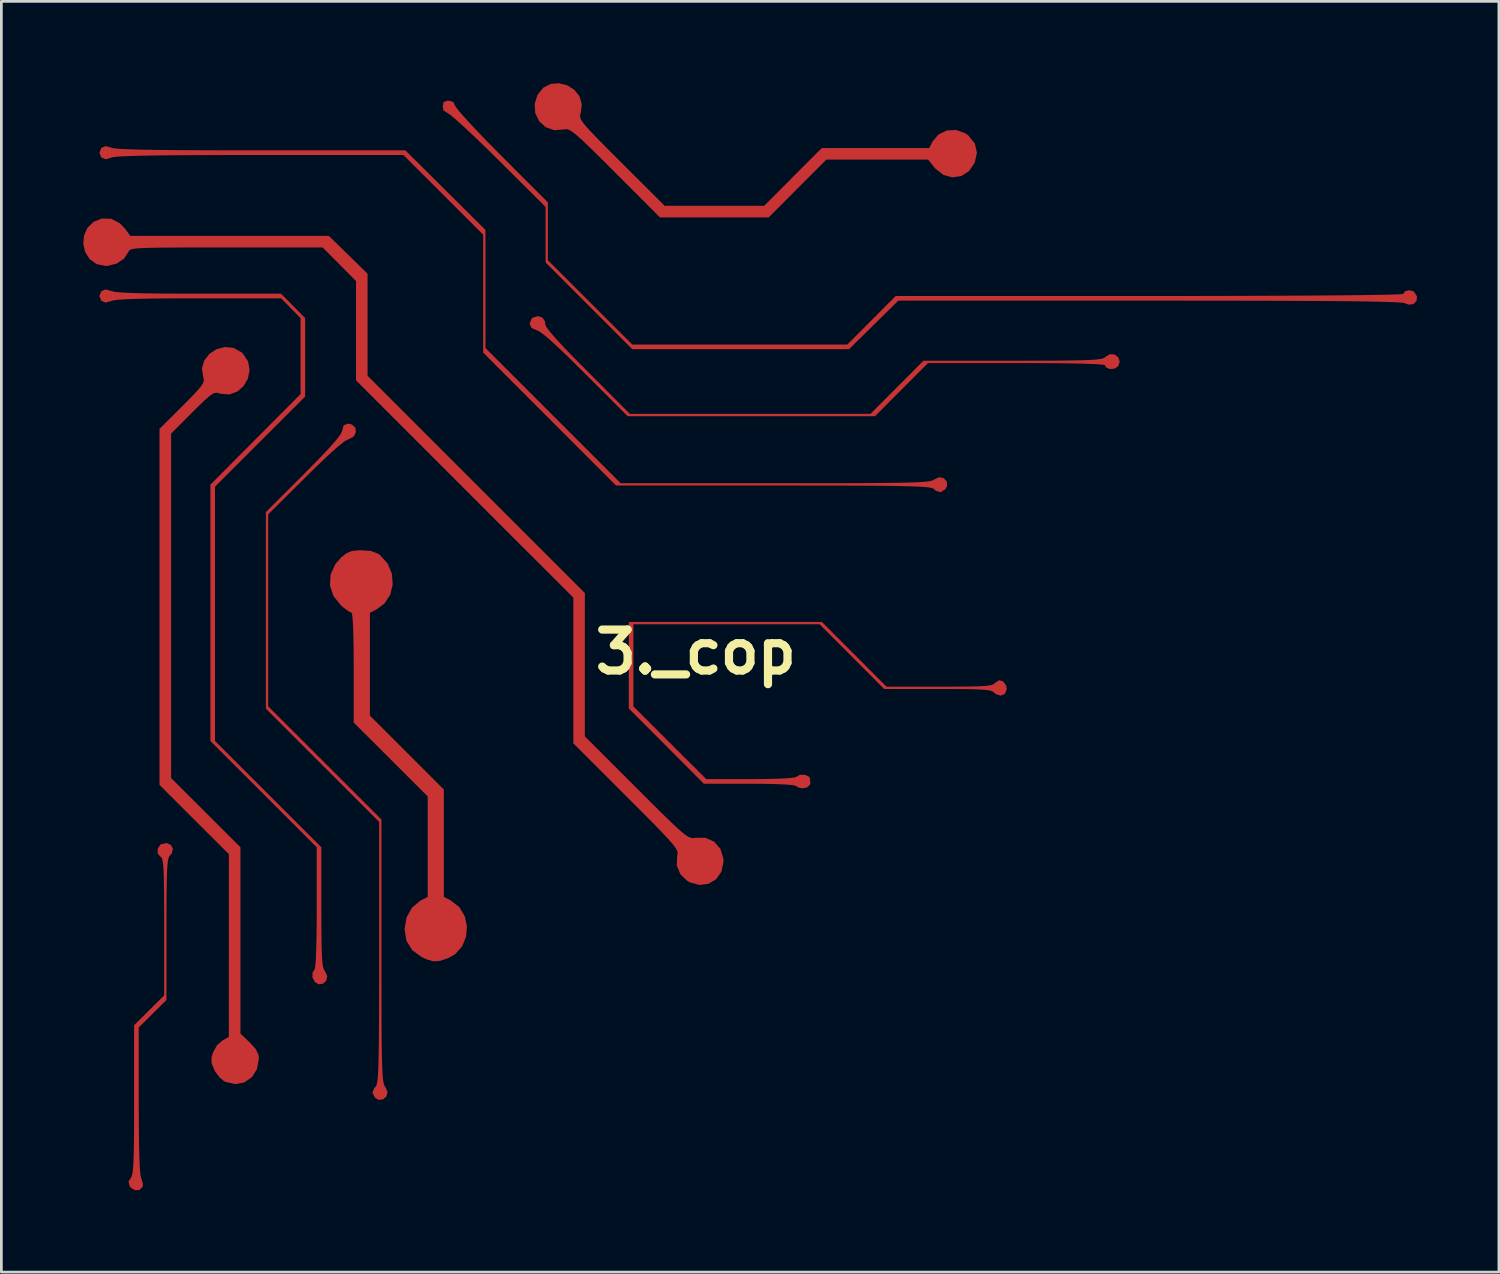
<source format=kicad_pcb>
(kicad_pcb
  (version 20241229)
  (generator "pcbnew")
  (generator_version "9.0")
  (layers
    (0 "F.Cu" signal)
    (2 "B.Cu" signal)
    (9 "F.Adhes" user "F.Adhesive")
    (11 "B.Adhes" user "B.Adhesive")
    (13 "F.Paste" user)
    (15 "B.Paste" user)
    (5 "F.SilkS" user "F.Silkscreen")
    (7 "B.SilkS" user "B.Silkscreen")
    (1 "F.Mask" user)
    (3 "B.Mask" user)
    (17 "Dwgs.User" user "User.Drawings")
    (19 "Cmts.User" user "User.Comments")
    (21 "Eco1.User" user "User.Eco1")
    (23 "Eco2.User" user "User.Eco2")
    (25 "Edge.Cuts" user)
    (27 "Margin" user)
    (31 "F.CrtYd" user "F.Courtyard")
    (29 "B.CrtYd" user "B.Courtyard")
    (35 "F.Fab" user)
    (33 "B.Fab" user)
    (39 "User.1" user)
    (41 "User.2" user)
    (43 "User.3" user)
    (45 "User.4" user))
  (footprint "3._cop"
    (layer "F.Cu")
    (at 22.436 20.83)
    (property "Reference" "3._cop" (at 0 0 0) (layer "F.SilkS") (effects (font (size 1.5 1.5) (thickness 0.3))))
    (attr board_only exclude_from_pos_files exclude_from_bom)
    (fp_poly (pts (xy -19.225 7.07) (xy -19.153 7.212) (xy -19.196 7.38) (xy -19.262 7.451) (xy -19.298 7.502) (xy -19.327 7.601) (xy -19.349 7.765) (xy -19.366 8.011) (xy -19.377 8.358) (xy -19.384 8.821) (xy -19.388 9.419) (xy -19.389 10.152) (xy -19.389 12.748) (xy -19.897 13.25) (xy -20.405 13.753) (xy -20.405 16.445) (xy -20.402 17.294) (xy -20.395 17.982) (xy -20.382 18.517) (xy -20.364 18.908) (xy -20.34 19.162) (xy -20.31 19.289) (xy -20.307 19.294) (xy -20.249 19.481) (xy -20.262 19.589) (xy -20.379 19.706) (xy -20.551 19.712) (xy -20.708 19.612) (xy -20.74 19.564) (xy -20.778 19.392) (xy -20.701 19.274) (xy -20.665 19.216) (xy -20.637 19.112) (xy -20.615 18.944) (xy -20.598 18.695) (xy -20.587 18.348) (xy -20.579 17.886) (xy -20.575 17.291) (xy -20.574 16.547) (xy -20.574 16.408) (xy -20.574 13.669) (xy -20.024 13.123) (xy -19.473 12.578) (xy -19.473 10.066) (xy -19.474 9.336) (xy -19.478 8.758) (xy -19.485 8.314) (xy -19.496 7.988) (xy -19.513 7.761) (xy -19.535 7.617) (xy -19.565 7.537) (xy -19.6 7.505) (xy -19.708 7.39) (xy -19.713 7.219) (xy -19.619 7.066) (xy -19.577 7.037) (xy -19.378 6.996)) (stroke (width 0) (type solid)) (fill yes) (layer "F.Cu"))
    (fp_poly (pts (xy -5.613 -12.243) (xy -5.521 -12.098) (xy -5.52 -12.019) (xy -5.484 -11.919) (xy -5.352 -11.737) (xy -5.117 -11.466) (xy -4.775 -11.098) (xy -4.317 -10.628) (xy -3.98 -10.289) (xy -2.415 -8.721) (xy 1.99 -8.721) (xy 6.395 -8.721) (xy 7.366 -9.694) (xy 8.337 -10.668) (xy 11.609 -10.668) (xy 12.454 -10.669) (xy 13.146 -10.671) (xy 13.699 -10.677) (xy 14.13 -10.685) (xy 14.453 -10.697) (xy 14.684 -10.713) (xy 14.84 -10.734) (xy 14.934 -10.76) (xy 14.984 -10.792) (xy 14.986 -10.795) (xy 15.157 -10.907) (xy 15.333 -10.897) (xy 15.471 -10.796) (xy 15.527 -10.635) (xy 15.463 -10.458) (xy 15.329 -10.374) (xy 15.158 -10.365) (xy 15.021 -10.425) (xy 14.986 -10.504) (xy 14.903 -10.524) (xy 14.664 -10.542) (xy 14.28 -10.557) (xy 13.763 -10.569) (xy 13.127 -10.577) (xy 12.383 -10.582) (xy 11.746 -10.583) (xy 8.506 -10.583) (xy 7.535 -9.61) (xy 6.564 -8.636) (xy 2.033 -8.636) (xy -2.499 -8.636) (xy -4.06 -10.198) (xy -4.611 -10.744) (xy -5.054 -11.168) (xy -5.396 -11.479) (xy -5.642 -11.679) (xy -5.8 -11.775) (xy -5.836 -11.786) (xy -6.021 -11.87) (xy -6.088 -12.027) (xy -6.021 -12.197) (xy -5.967 -12.247) (xy -5.782 -12.303)) (stroke (width 0) (type solid)) (fill yes) (layer "F.Cu"))
    (fp_poly (pts (xy -11.896 -3.698) (xy -11.646 -3.604) (xy -11.567 -3.549) (xy -11.286 -3.235) (xy -11.131 -2.864) (xy -11.102 -2.471) (xy -11.194 -2.094) (xy -11.407 -1.772) (xy -11.68 -1.568) (xy -11.938 -1.435) (xy -11.938 0.448) (xy -11.938 2.33) (xy -10.583 3.683) (xy -9.229 5.036) (xy -9.229 7.003) (xy -9.229 8.97) (xy -8.971 9.104) (xy -8.659 9.349) (xy -8.464 9.677) (xy -8.383 10.05) (xy -8.416 10.431) (xy -8.56 10.783) (xy -8.814 11.068) (xy -9.063 11.21) (xy -9.369 11.314) (xy -9.606 11.332) (xy -9.855 11.26) (xy -10.036 11.176) (xy -10.389 10.921) (xy -10.6 10.576) (xy -10.668 10.147) (xy -10.596 9.724) (xy -10.396 9.365) (xy -10.093 9.111) (xy -10.079 9.104) (xy -9.821 8.97) (xy -9.821 7.13) (xy -9.821 5.29) (xy -11.176 3.937) (xy -12.531 2.584) (xy -12.531 0.572) (xy -12.534 -0.083) (xy -12.544 -0.624) (xy -12.559 -1.038) (xy -12.58 -1.313) (xy -12.606 -1.434) (xy -12.612 -1.439) (xy -12.72 -1.491) (xy -12.898 -1.622) (xy -12.991 -1.7) (xy -13.272 -2.046) (xy -13.401 -2.435) (xy -13.378 -2.838) (xy -13.202 -3.221) (xy -13.002 -3.45) (xy -12.795 -3.618) (xy -12.599 -3.7) (xy -12.336 -3.725) (xy -12.247 -3.725)) (stroke (width 0) (type solid)) (fill yes) (layer "F.Cu"))
    (fp_poly (pts (xy -16.929 -11.137) (xy -16.635 -10.972) (xy -16.588 -10.929) (xy -16.399 -10.641) (xy -16.343 -10.327) (xy -16.404 -10.017) (xy -16.56 -9.743) (xy -16.793 -9.538) (xy -17.083 -9.432) (xy -17.411 -9.458) (xy -17.471 -9.478) (xy -17.565 -9.497) (xy -17.669 -9.471) (xy -17.806 -9.381) (xy -18.001 -9.211) (xy -18.277 -8.943) (xy -18.445 -8.776) (xy -19.219 -7.998) (xy -19.219 -1.691) (xy -19.219 4.616) (xy -17.949 5.884) (xy -16.679 7.152) (xy -16.679 10.564) (xy -16.679 13.977) (xy -16.341 14.299) (xy -16.119 14.543) (xy -16.017 14.752) (xy -16.002 14.884) (xy -16.071 15.272) (xy -16.258 15.572) (xy -16.533 15.764) (xy -16.867 15.828) (xy -17.23 15.744) (xy -17.272 15.725) (xy -17.446 15.581) (xy -17.61 15.358) (xy -17.639 15.303) (xy -17.734 15.065) (xy -17.742 14.867) (xy -17.692 14.681) (xy -17.536 14.401) (xy -17.347 14.236) (xy -17.104 14.097) (xy -17.103 10.752) (xy -17.103 7.406) (xy -18.373 6.138) (xy -19.643 4.87) (xy -19.643 -1.652) (xy -19.643 -8.174) (xy -18.803 -9.01) (xy -18.468 -9.348) (xy -18.239 -9.591) (xy -18.099 -9.762) (xy -18.032 -9.885) (xy -18.022 -9.981) (xy -18.039 -10.046) (xy -18.091 -10.379) (xy -18.005 -10.677) (xy -17.815 -10.921) (xy -17.551 -11.092) (xy -17.245 -11.17)) (stroke (width 0) (type solid)) (fill yes) (layer "F.Cu"))
    (fp_poly (pts (xy -12.61 -8.338) (xy -12.474 -8.227) (xy -12.449 -8.06) (xy -12.522 -7.899) (xy -12.684 -7.807) (xy -12.7 -7.804) (xy -12.848 -7.729) (xy -13.106 -7.525) (xy -13.475 -7.195) (xy -13.954 -6.737) (xy -14.287 -6.408) (xy -15.663 -5.04) (xy -15.663 -1.524) (xy -15.663 1.991) (xy -13.589 4.064) (xy -11.515 6.137) (xy -11.515 10.957) (xy -11.514 11.987) (xy -11.513 12.861) (xy -11.511 13.593) (xy -11.507 14.195) (xy -11.5 14.68) (xy -11.492 15.063) (xy -11.48 15.356) (xy -11.466 15.572) (xy -11.448 15.726) (xy -11.426 15.829) (xy -11.399 15.896) (xy -11.37 15.937) (xy -11.291 16.113) (xy -11.333 16.277) (xy -11.456 16.387) (xy -11.621 16.403) (xy -11.749 16.326) (xy -11.848 16.143) (xy -11.777 15.966) (xy -11.726 15.917) (xy -11.699 15.877) (xy -11.676 15.797) (xy -11.656 15.665) (xy -11.64 15.467) (xy -11.628 15.191) (xy -11.618 14.825) (xy -11.61 14.355) (xy -11.605 13.768) (xy -11.602 13.053) (xy -11.6 12.195) (xy -11.599 11.183) (xy -11.599 11.017) (xy -11.599 6.222) (xy -13.674 4.149) (xy -15.748 2.076) (xy -15.748 -1.524) (xy -15.748 -5.124) (xy -14.351 -6.519) (xy -13.836 -7.041) (xy -13.442 -7.455) (xy -13.167 -7.767) (xy -13.006 -7.981) (xy -12.954 -8.101) (xy -12.902 -8.3) (xy -12.748 -8.364)) (stroke (width 0) (type solid)) (fill yes) (layer "F.Cu"))
    (fp_poly (pts (xy -4.711 -20.755) (xy -4.451 -20.592) (xy -4.262 -20.357) (xy -4.176 -20.061) (xy -4.212 -19.766) (xy -4.235 -19.681) (xy -4.239 -19.602) (xy -4.211 -19.511) (xy -4.137 -19.393) (xy -4.007 -19.233) (xy -3.806 -19.015) (xy -3.522 -18.722) (xy -3.142 -18.339) (xy -2.719 -17.917) (xy -1.141 -16.341) (xy 0.679 -16.341) (xy 2.5 -16.341) (xy 3.556 -17.399) (xy 4.612 -18.457) (xy 6.579 -18.457) (xy 8.547 -18.457) (xy 8.67 -18.695) (xy 8.891 -18.958) (xy 9.195 -19.102) (xy 9.535 -19.119) (xy 9.866 -19.001) (xy 9.978 -18.921) (xy 10.219 -18.626) (xy 10.296 -18.288) (xy 10.214 -17.921) (xy 10.007 -17.613) (xy 9.722 -17.432) (xy 9.396 -17.384) (xy 9.067 -17.474) (xy 8.773 -17.705) (xy 8.742 -17.741) (xy 8.509 -18.034) (xy 6.645 -18.034) (xy 4.781 -18.034) (xy 3.725 -16.976) (xy 2.67 -15.917) (xy 0.678 -15.917) (xy -1.314 -15.917) (xy -2.954 -17.559) (xy -3.444 -18.048) (xy -3.829 -18.428) (xy -4.126 -18.713) (xy -4.349 -18.914) (xy -4.513 -19.046) (xy -4.632 -19.119) (xy -4.722 -19.148) (xy -4.798 -19.144) (xy -4.816 -19.139) (xy -5.182 -19.111) (xy -5.497 -19.22) (xy -5.737 -19.437) (xy -5.881 -19.731) (xy -5.904 -20.074) (xy -5.799 -20.406) (xy -5.586 -20.67) (xy -5.312 -20.807) (xy -5.009 -20.83)) (stroke (width 0) (type solid)) (fill yes) (layer "F.Cu"))
    (fp_poly (pts (xy 5.8 0.085) (xy 6.983 1.27) (xy 8.922 1.27) (xy 9.549 1.269) (xy 10.029 1.265) (xy 10.381 1.256) (xy 10.629 1.241) (xy 10.793 1.218) (xy 10.894 1.186) (xy 10.954 1.143) (xy 10.971 1.122) (xy 11.112 1.034) (xy 11.259 1.079) (xy 11.365 1.227) (xy 11.388 1.364) (xy 11.324 1.531) (xy 11.174 1.599) (xy 10.999 1.552) (xy 10.925 1.486) (xy 10.868 1.443) (xy 10.764 1.41) (xy 10.591 1.387) (xy 10.329 1.371) (xy 9.958 1.361) (xy 9.457 1.356) (xy 8.857 1.355) (xy 6.898 1.355) (xy 5.715 0.169) (xy 4.532 -1.016) (xy 1.123 -1.016) (xy -2.286 -1.016) (xy -2.286 0.488) (xy -2.286 1.992) (xy -0.952 3.324) (xy 0.383 4.657) (xy 2.007 4.657) (xy 2.592 4.652) (xy 3.068 4.64) (xy 3.419 4.62) (xy 3.629 4.594) (xy 3.683 4.572) (xy 3.812 4.497) (xy 3.997 4.499) (xy 4.148 4.569) (xy 4.179 4.614) (xy 4.195 4.806) (xy 4.179 4.868) (xy 4.066 4.964) (xy 3.884 4.994) (xy 3.722 4.95) (xy 3.683 4.911) (xy 3.581 4.881) (xy 3.325 4.856) (xy 2.932 4.839) (xy 2.417 4.828) (xy 1.963 4.826) (xy 0.294 4.826) (xy -1.08 3.449) (xy -2.455 2.072) (xy -2.455 0.486) (xy -2.455 -1.101) (xy 1.081 -1.101) (xy 4.617 -1.101)) (stroke (width 0) (type solid)) (fill yes) (layer "F.Cu"))
    (fp_poly (pts (xy -21.414 -13.223) (xy -21.411 -13.221) (xy -21.302 -13.192) (xy -21.072 -13.169) (xy -20.711 -13.151) (xy -20.212 -13.137) (xy -19.566 -13.128) (xy -18.763 -13.124) (xy -18.223 -13.123) (xy -15.192 -13.123) (xy -14.75 -12.676) (xy -14.309 -12.229) (xy -14.309 -10.792) (xy -14.309 -9.354) (xy -15.96 -7.705) (xy -17.611 -6.055) (xy -17.611 -1.397) (xy -17.611 3.261) (xy -15.663 5.207) (xy -13.716 7.153) (xy -13.716 9.348) (xy -13.715 10.029) (xy -13.71 10.561) (xy -13.702 10.963) (xy -13.687 11.255) (xy -13.666 11.456) (xy -13.638 11.588) (xy -13.6 11.669) (xy -13.582 11.691) (xy -13.5 11.87) (xy -13.537 12.037) (xy -13.655 12.15) (xy -13.816 12.171) (xy -13.953 12.09) (xy -14.041 11.922) (xy -14.039 11.74) (xy -13.97 11.642) (xy -13.943 11.541) (xy -13.92 11.281) (xy -13.903 10.874) (xy -13.891 10.33) (xy -13.886 9.659) (xy -13.885 9.371) (xy -13.885 7.153) (xy -15.833 5.207) (xy -17.78 3.261) (xy -17.78 -1.434) (xy -17.78 -6.129) (xy -16.129 -7.787) (xy -14.478 -9.446) (xy -14.478 -10.837) (xy -14.478 -12.228) (xy -14.834 -12.591) (xy -15.191 -12.954) (xy -18.222 -12.954) (xy -19.119 -12.952) (xy -19.855 -12.946) (xy -20.438 -12.935) (xy -20.878 -12.92) (xy -21.183 -12.899) (xy -21.362 -12.873) (xy -21.411 -12.856) (xy -21.614 -12.797) (xy -21.777 -12.864) (xy -21.844 -13.035) (xy -21.844 -13.039) (xy -21.778 -13.211) (xy -21.617 -13.28)) (stroke (width 0) (type solid)) (fill yes) (layer "F.Cu"))
    (fp_poly (pts (xy -8.881 -20.144) (xy -8.823 -20.019) (xy -8.758 -19.916) (xy -8.588 -19.711) (xy -8.329 -19.422) (xy -7.995 -19.065) (xy -7.603 -18.658) (xy -7.168 -18.217) (xy -7.108 -18.157) (xy -5.419 -16.469) (xy -5.419 -15.409) (xy -5.419 -14.349) (xy -3.873 -12.805) (xy -2.327 -11.261) (xy 1.611 -11.261) (xy 5.549 -11.261) (xy 6.435 -12.15) (xy 7.321 -13.039) (xy 16.614 -13.039) (xy 17.958 -13.039) (xy 19.228 -13.041) (xy 20.415 -13.045) (xy 21.51 -13.049) (xy 22.504 -13.054) (xy 23.389 -13.061) (xy 24.156 -13.068) (xy 24.795 -13.077) (xy 25.298 -13.086) (xy 25.657 -13.096) (xy 25.861 -13.106) (xy 25.908 -13.114) (xy 25.976 -13.213) (xy 26.128 -13.251) (xy 26.283 -13.212) (xy 26.3 -13.199) (xy 26.414 -13.028) (xy 26.398 -12.861) (xy 26.284 -12.743) (xy 26.106 -12.721) (xy 25.983 -12.771) (xy 25.909 -12.788) (xy 25.741 -12.803) (xy 25.471 -12.816) (xy 25.094 -12.827) (xy 24.602 -12.837) (xy 23.989 -12.846) (xy 23.249 -12.853) (xy 22.375 -12.858) (xy 21.361 -12.863) (xy 20.201 -12.866) (xy 18.887 -12.868) (xy 17.413 -12.869) (xy 16.622 -12.869) (xy 7.418 -12.869) (xy 6.515 -11.98) (xy 5.613 -11.091) (xy 1.642 -11.091) (xy -2.33 -11.091) (xy -3.917 -12.68) (xy -5.503 -14.268) (xy -5.503 -15.284) (xy -5.503 -16.3) (xy -7.218 -18.007) (xy -7.666 -18.448) (xy -8.082 -18.849) (xy -8.45 -19.194) (xy -8.752 -19.468) (xy -8.972 -19.655) (xy -9.092 -19.74) (xy -9.102 -19.743) (xy -9.241 -19.833) (xy -9.271 -19.982) (xy -9.236 -20.143) (xy -9.097 -20.192) (xy -9.059 -20.193)) (stroke (width 0) (type solid)) (fill yes) (layer "F.Cu"))
    (fp_poly (pts (xy -21.414 -18.473) (xy -21.411 -18.471) (xy -21.324 -18.449) (xy -21.133 -18.43) (xy -20.83 -18.415) (xy -20.408 -18.401) (xy -19.857 -18.391) (xy -19.171 -18.383) (xy -18.34 -18.378) (xy -17.358 -18.374) (xy -16.217 -18.373) (xy -15.945 -18.373) (xy -10.637 -18.373) (xy -9.171 -16.915) (xy -7.705 -15.458) (xy -7.705 -13.295) (xy -7.705 -11.133) (xy -5.228 -8.657) (xy -2.751 -6.181) (xy 2.915 -6.181) (xy 4.041 -6.181) (xy 5.01 -6.182) (xy 5.834 -6.184) (xy 6.524 -6.188) (xy 7.094 -6.193) (xy 7.555 -6.2) (xy 7.918 -6.209) (xy 8.197 -6.221) (xy 8.403 -6.236) (xy 8.549 -6.253) (xy 8.646 -6.275) (xy 8.706 -6.299) (xy 8.732 -6.318) (xy 8.913 -6.402) (xy 9.081 -6.366) (xy 9.192 -6.246) (xy 9.204 -6.079) (xy 9.143 -5.968) (xy 8.968 -5.851) (xy 8.789 -5.902) (xy 8.721 -5.969) (xy 8.683 -5.994) (xy 8.608 -6.016) (xy 8.482 -6.034) (xy 8.296 -6.05) (xy 8.036 -6.062) (xy 7.692 -6.073) (xy 7.252 -6.081) (xy 6.704 -6.087) (xy 6.036 -6.091) (xy 5.238 -6.094) (xy 4.297 -6.095) (xy 3.201 -6.096) (xy 2.847 -6.096) (xy -2.922 -6.096) (xy -5.356 -8.531) (xy -7.789 -10.965) (xy -7.789 -13.125) (xy -7.789 -15.284) (xy -9.251 -16.744) (xy -10.712 -18.203) (xy -15.983 -18.203) (xy -17.156 -18.202) (xy -18.168 -18.199) (xy -19.027 -18.194) (xy -19.74 -18.187) (xy -20.316 -18.177) (xy -20.762 -18.164) (xy -21.086 -18.149) (xy -21.297 -18.131) (xy -21.402 -18.109) (xy -21.411 -18.105) (xy -21.614 -18.046) (xy -21.777 -18.114) (xy -21.844 -18.285) (xy -21.844 -18.288) (xy -21.778 -18.46) (xy -21.617 -18.529)) (stroke (width 0) (type solid)) (fill yes) (layer "F.Cu"))
    (fp_poly (pts (xy -21.419 -15.868) (xy -21.099 -15.705) (xy -20.902 -15.498) (xy -20.711 -15.24) (xy -17.076 -15.24) (xy -13.441 -15.24) (xy -12.732 -14.548) (xy -12.023 -13.855) (xy -12.023 -11.986) (xy -12.023 -10.117) (xy -8.043 -6.138) (xy -4.064 -2.16) (xy -4.064 0.466) (xy -4.064 3.092) (xy -2.178 4.977) (xy -1.652 5.501) (xy -1.232 5.918) (xy -0.903 6.238) (xy -0.65 6.474) (xy -0.461 6.638) (xy -0.321 6.742) (xy -0.215 6.798) (xy -0.13 6.818) (xy -0.052 6.813) (xy -0.019 6.807) (xy 0.356 6.807) (xy 0.672 6.949) (xy 0.899 7.209) (xy 1.008 7.563) (xy 1.014 7.681) (xy 0.94 8.045) (xy 0.746 8.321) (xy 0.465 8.49) (xy 0.131 8.534) (xy -0.225 8.435) (xy -0.306 8.39) (xy -0.564 8.144) (xy -0.697 7.822) (xy -0.685 7.476) (xy -0.681 7.464) (xy -0.667 7.392) (xy -0.673 7.316) (xy -0.713 7.223) (xy -0.798 7.098) (xy -0.939 6.929) (xy -1.149 6.701) (xy -1.438 6.4) (xy -1.819 6.014) (xy -2.304 5.528) (xy -2.549 5.283) (xy -4.487 3.346) (xy -4.487 0.678) (xy -4.487 -1.99) (xy -8.467 -5.969) (xy -12.446 -9.948) (xy -12.446 -11.766) (xy -12.446 -13.585) (xy -13.058 -14.201) (xy -13.669 -14.817) (xy -17.201 -14.817) (xy -18.066 -14.816) (xy -18.778 -14.815) (xy -19.351 -14.812) (xy -19.8 -14.807) (xy -20.142 -14.799) (xy -20.391 -14.787) (xy -20.563 -14.77) (xy -20.673 -14.749) (xy -20.737 -14.721) (xy -20.77 -14.687) (xy -20.785 -14.65) (xy -20.943 -14.406) (xy -21.215 -14.225) (xy -21.545 -14.142) (xy -21.608 -14.139) (xy -21.949 -14.207) (xy -22.202 -14.387) (xy -22.366 -14.645) (xy -22.436 -14.946) (xy -22.409 -15.255) (xy -22.282 -15.537) (xy -22.053 -15.758) (xy -21.768 -15.873)) (stroke (width 0) (type solid)) (fill yes) (layer "F.Cu")))
  (gr_rect
    (start -3 -3)
    (end 51.85 43.543)
    (stroke (width 0.1) (type default))
    (fill no)
    (layer "Edge.Cuts")))
</source>
